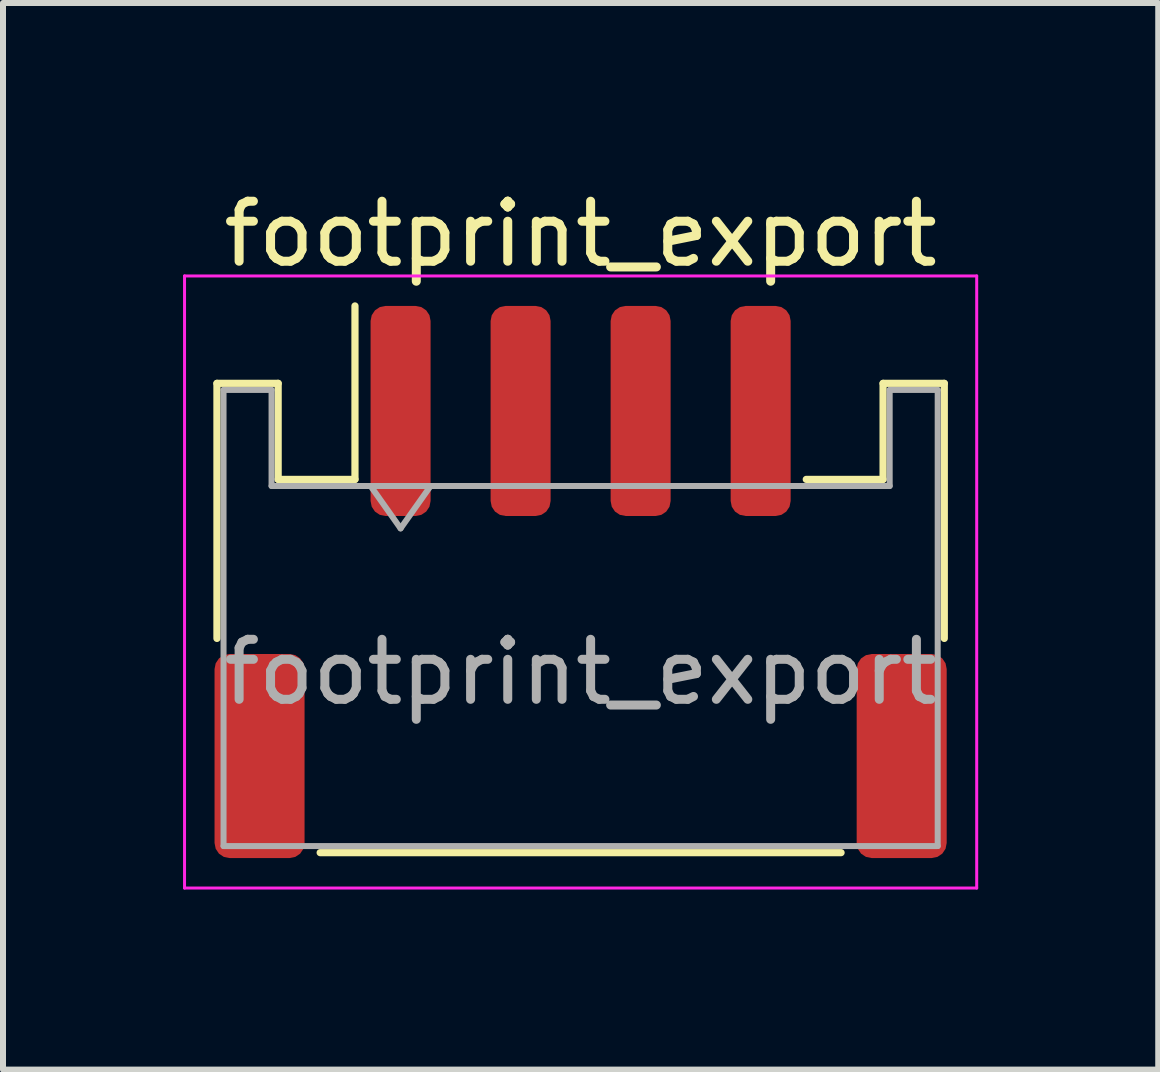
<source format=kicad_pcb>
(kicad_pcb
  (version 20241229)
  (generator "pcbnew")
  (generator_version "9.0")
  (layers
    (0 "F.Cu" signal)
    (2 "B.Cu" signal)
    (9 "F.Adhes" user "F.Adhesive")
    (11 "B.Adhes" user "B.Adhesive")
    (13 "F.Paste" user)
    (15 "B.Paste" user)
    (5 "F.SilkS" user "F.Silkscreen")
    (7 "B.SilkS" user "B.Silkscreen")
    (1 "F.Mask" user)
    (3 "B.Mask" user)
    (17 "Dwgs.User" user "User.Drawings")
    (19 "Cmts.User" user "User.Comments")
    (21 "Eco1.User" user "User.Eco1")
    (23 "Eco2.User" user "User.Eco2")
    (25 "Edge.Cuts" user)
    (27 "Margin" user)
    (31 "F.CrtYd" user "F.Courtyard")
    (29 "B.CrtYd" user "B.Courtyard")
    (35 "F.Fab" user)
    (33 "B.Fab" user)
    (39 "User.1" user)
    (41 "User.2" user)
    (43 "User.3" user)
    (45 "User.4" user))
  (footprint "footprint_export"
    (layer "F.Cu")
    (at 6.625 6.648)
    (property "Reference" "footprint_export" (at 0 -5.8 0) (layer "F.SilkS") (effects (font (size 1 1) (thickness 0.15))))
    (attr smd)
    (fp_line (start -6.06 -3.31) (end -5.04 -3.31) (stroke (width 0.12) (type solid)) (layer "F.SilkS"))
    (fp_line (start -6.06 0.94) (end -6.06 -3.31) (stroke (width 0.12) (type solid)) (layer "F.SilkS"))
    (fp_line (start -5.04 -3.31) (end -5.04 -1.71) (stroke (width 0.12) (type solid)) (layer "F.SilkS"))
    (fp_line (start -5.04 -1.71) (end -3.76 -1.71) (stroke (width 0.12) (type solid)) (layer "F.SilkS"))
    (fp_line (start -4.34 4.51) (end 4.34 4.51) (stroke (width 0.12) (type solid)) (layer "F.SilkS"))
    (fp_line (start -3.76 -1.71) (end -3.76 -4.6) (stroke (width 0.12) (type solid)) (layer "F.SilkS"))
    (fp_line (start 5.04 -3.31) (end 5.04 -1.71) (stroke (width 0.12) (type solid)) (layer "F.SilkS"))
    (fp_line (start 5.04 -1.71) (end 3.76 -1.71) (stroke (width 0.12) (type solid)) (layer "F.SilkS"))
    (fp_line (start 6.06 -3.31) (end 5.04 -3.31) (stroke (width 0.12) (type solid)) (layer "F.SilkS"))
    (fp_line (start 6.06 0.94) (end 6.06 -3.31) (stroke (width 0.12) (type solid)) (layer "F.SilkS"))
    (fp_line (start -6.6 -5.1) (end -6.6 5.1) (stroke (width 0.05) (type solid)) (layer "F.CrtYd"))
    (fp_line (start -6.6 5.1) (end 6.6 5.1) (stroke (width 0.05) (type solid)) (layer "F.CrtYd"))
    (fp_line (start 6.6 -5.1) (end -6.6 -5.1) (stroke (width 0.05) (type solid)) (layer "F.CrtYd"))
    (fp_line (start 6.6 5.1) (end 6.6 -5.1) (stroke (width 0.05) (type solid)) (layer "F.CrtYd"))
    (fp_line (start -5.95 -3.2) (end -5.95 4.4) (stroke (width 0.1) (type solid)) (layer "F.Fab"))
    (fp_line (start -5.95 -3.2) (end -5.15 -3.2) (stroke (width 0.1) (type solid)) (layer "F.Fab"))
    (fp_line (start -5.95 4.4) (end 5.95 4.4) (stroke (width 0.1) (type solid)) (layer "F.Fab"))
    (fp_line (start -5.15 -3.2) (end -5.15 -1.6) (stroke (width 0.1) (type solid)) (layer "F.Fab"))
    (fp_line (start -5.15 -1.6) (end 5.15 -1.6) (stroke (width 0.1) (type solid)) (layer "F.Fab"))
    (fp_line (start -3.5 -1.6) (end -3 -0.893) (stroke (width 0.1) (type solid)) (layer "F.Fab"))
    (fp_line (start -3 -0.893) (end -2.5 -1.6) (stroke (width 0.1) (type solid)) (layer "F.Fab"))
    (fp_line (start 5.15 -3.2) (end 5.95 -3.2) (stroke (width 0.1) (type solid)) (layer "F.Fab"))
    (fp_line (start 5.15 -1.6) (end 5.15 -3.2) (stroke (width 0.1) (type solid)) (layer "F.Fab"))
    (fp_line (start 5.95 -3.2) (end 5.95 4.4) (stroke (width 0.1) (type solid)) (layer "F.Fab"))
    (fp_text user "${REFERENCE}" (at 0 1.5 0) (layer "F.Fab") (effects (font (size 1 1) (thickness 0.15))))
    (pad "1" smd roundrect (at -3 -2.85) (size 1 3.5) (layers "F.Cu" "F.Mask" "F.Paste") (roundrect_rratio 0.25))
    (pad "2" smd roundrect (at -1 -2.85) (size 1 3.5) (layers "F.Cu" "F.Mask" "F.Paste") (roundrect_rratio 0.25))
    (pad "3" smd roundrect (at 1 -2.85) (size 1 3.5) (layers "F.Cu" "F.Mask" "F.Paste") (roundrect_rratio 0.25))
    (pad "4" smd roundrect (at 3 -2.85) (size 1 3.5) (layers "F.Cu" "F.Mask" "F.Paste") (roundrect_rratio 0.25))
    (pad "MP" smd roundrect (at -5.35 2.9) (size 1.5 3.4) (layers "F.Cu" "F.Mask" "F.Paste") (roundrect_rratio 0.167))
    (pad "MP" smd roundrect (at 5.35 2.9) (size 1.5 3.4) (layers "F.Cu" "F.Mask" "F.Paste") (roundrect_rratio 0.167)))
  (gr_rect
    (start -3 -3)
    (end 16.25 14.773)
    (stroke (width 0.1) (type default))
    (fill no)
    (layer "Edge.Cuts")))
</source>
